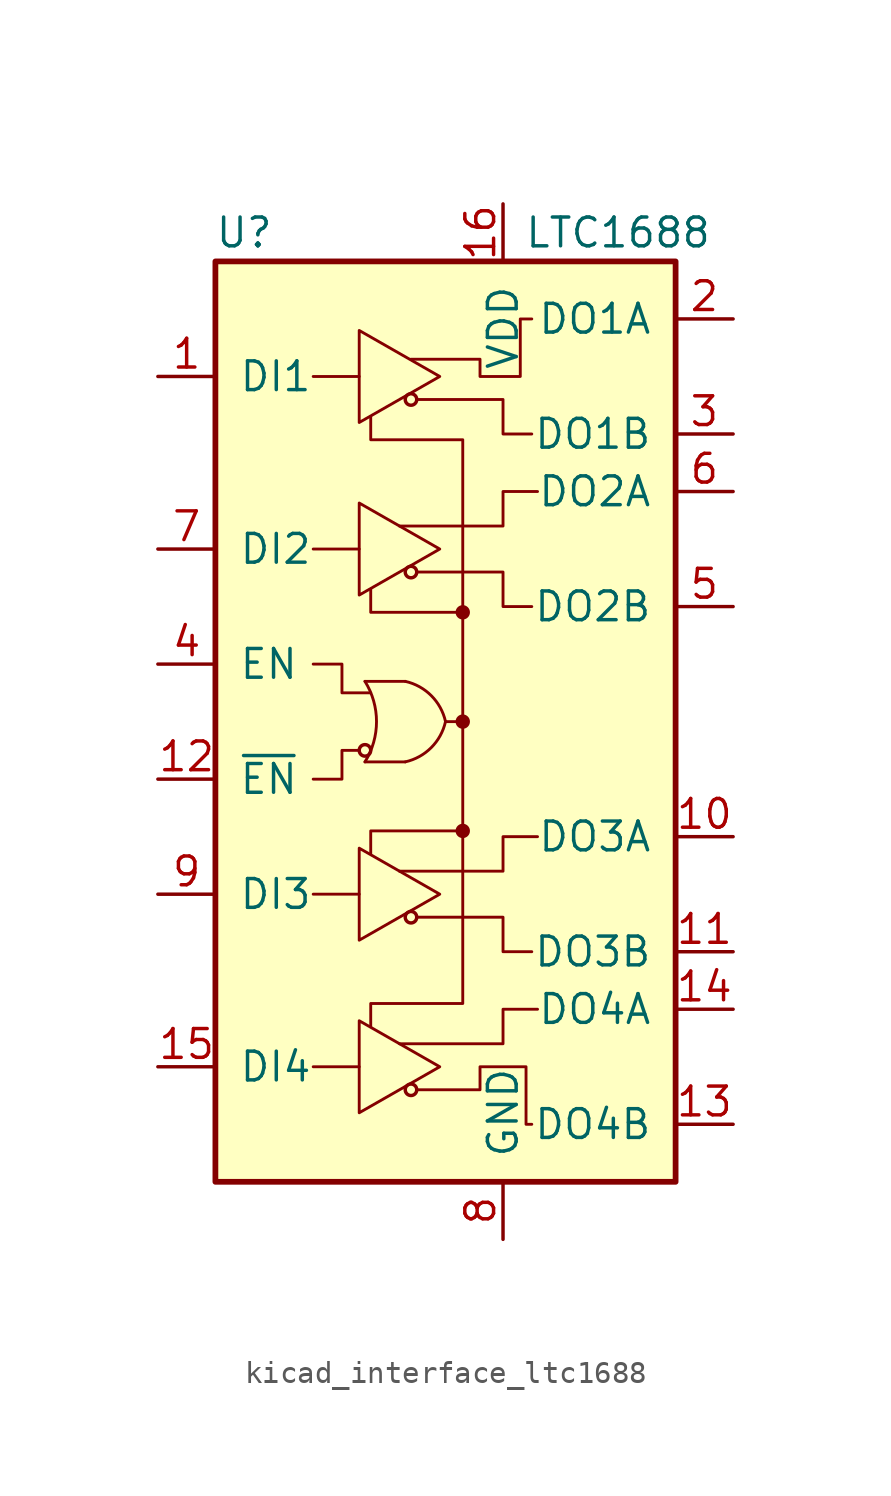
<source format=kicad_sym>
(kicad_symbol_lib
  (version 20220914)
  (generator kicad_symbol_editor)
  (symbol "kicad_interface_ltc1688"
    (pin_names
      (offset 1.016))
    (property "Reference" "U"
      (at -8.89 21.59 0)
      (effects (font (size 1.27 1.27))))
    (property "Value" "LTC1688"
      (at 7.62 21.59 0)
      (effects (font (size 1.27 1.27))))
    (symbol "kicad_interface_ltc1688_0_1"
      (rectangle (start -10.16 20.32) (end 10.16 -20.32) (stroke (width 0.254) (type default)) (fill (type background)))
      (polyline (pts (xy -5.842 -15.24) (xy -3.81 -15.24)) (stroke (width 0.127) (type default)) (fill (type none)))
      (polyline (pts (xy -5.842 -7.62) (xy -3.81 -7.62)) (stroke (width 0.127) (type default)) (fill (type none)))
      (polyline (pts (xy -5.842 7.62) (xy -3.81 7.62)) (stroke (width 0.127) (type default)) (fill (type none)))
      (polyline (pts (xy -5.842 15.24) (xy -3.81 15.24)) (stroke (width 0.127) (type default)) (fill (type none)))
      (polyline (pts (xy 0 0) (xy 0.762 0)) (stroke (width 0.127) (type default)) (fill (type none)))
      (polyline (pts (xy 0.762 -4.826) (xy -3.302 -4.826) (xy -3.302 -5.842)) (stroke (width 0.127) (type default)) (fill (type none)))
      (polyline (pts (xy 0.762 4.826) (xy -3.302 4.826) (xy -3.302 5.842)) (stroke (width 0.127) (type default)) (fill (type none)))
      (polyline (pts (xy -2.032 -14.224) (xy 2.54 -14.224) (xy 2.54 -12.7) (xy 4.064 -12.7)) (stroke (width 0.127) (type default)) (fill (type none)))
      (polyline (pts (xy -2.032 -6.604) (xy 2.54 -6.604) (xy 2.54 -5.08) (xy 4.064 -5.08)) (stroke (width 0.127) (type default)) (fill (type none)))
      (polyline (pts (xy -2.032 8.636) (xy 2.54 8.636) (xy 2.54 10.16) (xy 4.064 10.16)) (stroke (width 0.127) (type default)) (fill (type none)))
      (polyline (pts (xy 0.762 0) (xy 0.762 -2.54) (xy 0.762 -12.446) (xy -3.302 -12.446) (xy -3.302 -13.462)) (stroke (width 0.127) (type default)) (fill (type none)))
      (polyline (pts (xy 0.762 0) (xy 0.762 2.54) (xy 0.762 12.446) (xy -3.302 12.446) (xy -3.302 13.462)) (stroke (width 0.127) (type default)) (fill (type none)))
      (polyline (pts (xy -1.524 16.002) (xy 1.524 16.002) (xy 1.524 15.24) (xy 3.302 15.24) (xy 3.302 17.78) (xy 3.81 17.78)) (stroke (width 0.127) (type default)) (fill (type none)))
      (circle (center 0.762 -4.826) (radius 0.254) (stroke (width 0.127) (type default)) (fill (type outline)))
      (circle (center 0.762 0) (radius 0.254) (stroke (width 0.127) (type default)) (fill (type outline)))
      (circle (center 0.762 4.826) (radius 0.254) (stroke (width 0.127) (type default)) (fill (type outline))))
    (symbol "kicad_interface_ltc1688_1_1"
      (arc (start -3.556 -1.778) (mid -3.0461 0) (end -3.556 1.778) (stroke (width 0.127) (type default)) (fill (type none)))
      (circle (center -3.556 -1.27) (radius 0.254) (stroke (width 0) (type default)) (fill (type none)))
      (arc (start -1.778 -1.778) (mid -0.6301 -1.1479) (end 0 0) (stroke (width 0.127) (type default)) (fill (type none)))
      (circle (center -1.524 -16.256) (radius 0.254) (stroke (width 0) (type default)) (fill (type none)))
      (circle (center -1.524 -8.636) (radius 0.254) (stroke (width 0) (type default)) (fill (type none)))
      (circle (center -1.524 6.604) (radius 0.254) (stroke (width 0) (type default)) (fill (type none)))
      (circle (center -1.524 14.224) (radius 0.254) (stroke (width 0) (type default)) (fill (type none)))
      (arc (start 0 0) (mid -0.6301 1.1479) (end -1.778 1.778) (stroke (width 0.127) (type default)) (fill (type none)))
      (polyline (pts (xy -3.556 -1.778) (xy -1.778 -1.778)) (stroke (width 0.127) (type default)) (fill (type none)))
      (polyline (pts (xy -1.778 1.778) (xy -3.556 1.778)) (stroke (width 0.127) (type default)) (fill (type none)))
      (polyline (pts (xy -5.842 2.54) (xy -4.572 2.54) (xy -4.572 1.27) (xy -3.302 1.27)) (stroke (width 0.127) (type default)) (fill (type none)))
      (polyline (pts (xy -3.81 -13.208) (xy -3.81 -17.272) (xy -0.254 -15.24) (xy -3.81 -13.208)) (stroke (width 0.127) (type default)) (fill (type none)))
      (polyline (pts (xy -3.81 -5.588) (xy -3.81 -9.652) (xy -0.254 -7.62) (xy -3.81 -5.588)) (stroke (width 0.127) (type default)) (fill (type none)))
      (polyline (pts (xy -3.81 -1.27) (xy -4.572 -1.27) (xy -4.572 -2.54) (xy -5.842 -2.54)) (stroke (width 0.127) (type default)) (fill (type none)))
      (polyline (pts (xy -3.81 9.652) (xy -3.81 5.588) (xy -0.254 7.62) (xy -3.81 9.652)) (stroke (width 0.127) (type default)) (fill (type none)))
      (polyline (pts (xy -3.81 17.272) (xy -3.81 13.208) (xy -0.254 15.24) (xy -3.81 17.272)) (stroke (width 0.127) (type default)) (fill (type none)))
      (polyline (pts (xy -1.27 -8.636) (xy 2.54 -8.636) (xy 2.54 -10.16) (xy 3.81 -10.16)) (stroke (width 0.127) (type default)) (fill (type none)))
      (polyline (pts (xy -1.27 6.604) (xy 2.54 6.604) (xy 2.54 5.08) (xy 3.81 5.08)) (stroke (width 0.127) (type default)) (fill (type none)))
      (polyline (pts (xy -1.27 14.224) (xy 2.54 14.224) (xy 2.54 12.7) (xy 3.81 12.7)) (stroke (width 0.127) (type default)) (fill (type none)))
      (polyline (pts (xy -1.27 -16.256) (xy 1.524 -16.256) (xy 1.524 -15.24) (xy 3.556 -15.24) (xy 3.556 -17.78) (xy 3.81 -17.78)) (stroke (width 0.127) (type default)) (fill (type none)))
      (pin input line (at -12.7 15.24 0) (length 2.54) (name "DI1" (effects (font (size 1.27 1.27)))) (number "1" (effects (font (size 1.27 1.27)))))
      (pin output line (at 12.7 -5.08 180) (length 2.54) (name "DO3A" (effects (font (size 1.27 1.27)))) (number "10" (effects (font (size 1.27 1.27)))))
      (pin output line (at 12.7 -10.16 180) (length 2.54) (name "DO3B" (effects (font (size 1.27 1.27)))) (number "11" (effects (font (size 1.27 1.27)))))
      (pin input line (at -12.7 -2.54 0) (length 2.54) (name "~{EN}" (effects (font (size 1.27 1.27)))) (number "12" (effects (font (size 1.27 1.27)))))
      (pin output line (at 12.7 -17.78 180) (length 2.54) (name "DO4B" (effects (font (size 1.27 1.27)))) (number "13" (effects (font (size 1.27 1.27)))))
      (pin output line (at 12.7 -12.7 180) (length 2.54) (name "DO4A" (effects (font (size 1.27 1.27)))) (number "14" (effects (font (size 1.27 1.27)))))
      (pin input line (at -12.7 -15.24 0) (length 2.54) (name "DI4" (effects (font (size 1.27 1.27)))) (number "15" (effects (font (size 1.27 1.27)))))
      (pin power_in line (at 2.54 22.86 270) (length 2.54) (name "VDD" (effects (font (size 1.27 1.27)))) (number "16" (effects (font (size 1.27 1.27)))))
      (pin output line (at 12.7 17.78 180) (length 2.54) (name "DO1A" (effects (font (size 1.27 1.27)))) (number "2" (effects (font (size 1.27 1.27)))))
      (pin output line (at 12.7 12.7 180) (length 2.54) (name "DO1B" (effects (font (size 1.27 1.27)))) (number "3" (effects (font (size 1.27 1.27)))))
      (pin input line (at -12.7 2.54 0) (length 2.54) (name "EN" (effects (font (size 1.27 1.27)))) (number "4" (effects (font (size 1.27 1.27)))))
      (pin output line (at 12.7 5.08 180) (length 2.54) (name "DO2B" (effects (font (size 1.27 1.27)))) (number "5" (effects (font (size 1.27 1.27)))))
      (pin output line (at 12.7 10.16 180) (length 2.54) (name "DO2A" (effects (font (size 1.27 1.27)))) (number "6" (effects (font (size 1.27 1.27)))))
      (pin input line (at -12.7 7.62 0) (length 2.54) (name "DI2" (effects (font (size 1.27 1.27)))) (number "7" (effects (font (size 1.27 1.27)))))
      (pin power_in line (at 2.54 -22.86 90) (length 2.54) (name "GND" (effects (font (size 1.27 1.27)))) (number "8" (effects (font (size 1.27 1.27)))))
      (pin input line (at -12.7 -7.62 0) (length 2.54) (name "DI3" (effects (font (size 1.27 1.27)))) (number "9" (effects (font (size 1.27 1.27))))))))
</source>
